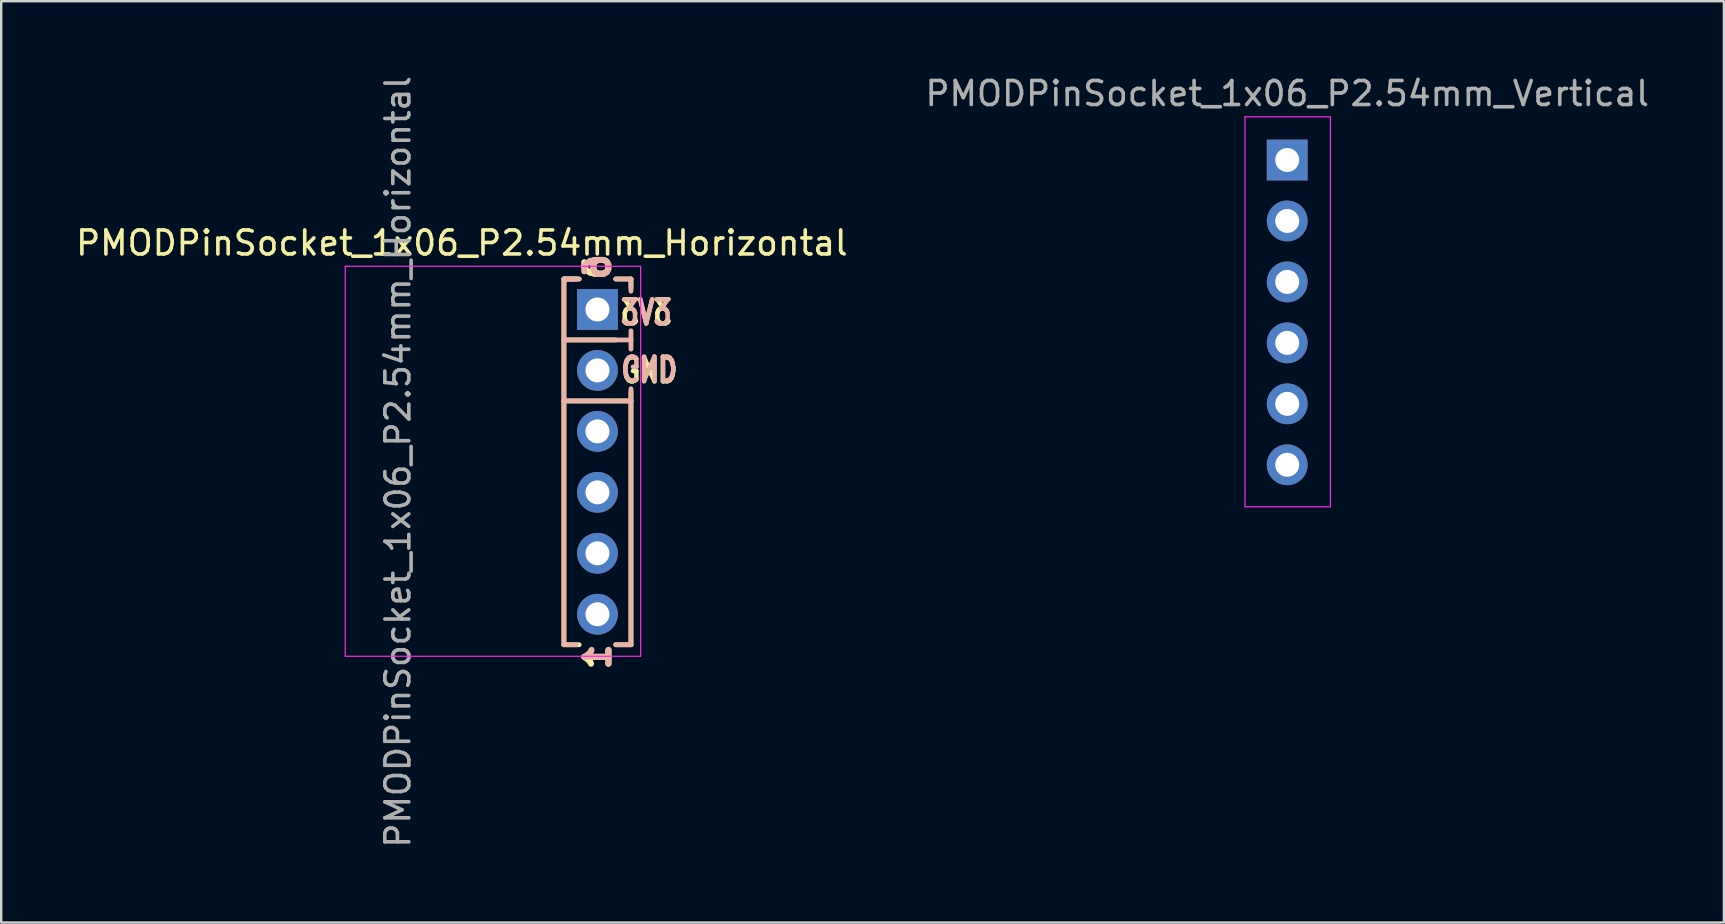
<source format=kicad_pcb>
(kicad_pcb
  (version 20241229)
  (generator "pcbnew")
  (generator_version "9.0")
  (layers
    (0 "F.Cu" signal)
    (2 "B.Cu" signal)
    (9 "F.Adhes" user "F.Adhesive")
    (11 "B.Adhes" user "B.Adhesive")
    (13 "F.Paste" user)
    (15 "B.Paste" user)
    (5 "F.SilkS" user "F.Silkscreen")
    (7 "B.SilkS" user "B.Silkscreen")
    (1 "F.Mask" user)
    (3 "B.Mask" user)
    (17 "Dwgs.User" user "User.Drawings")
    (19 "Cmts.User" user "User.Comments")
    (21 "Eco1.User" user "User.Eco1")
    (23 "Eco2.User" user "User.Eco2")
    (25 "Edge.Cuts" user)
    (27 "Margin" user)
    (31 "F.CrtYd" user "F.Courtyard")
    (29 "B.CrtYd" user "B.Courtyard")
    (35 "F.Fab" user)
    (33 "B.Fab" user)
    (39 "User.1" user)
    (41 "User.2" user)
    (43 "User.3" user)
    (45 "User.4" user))
  (footprint "PMODPinSocket_1x06_P2.54mm_Vertical"
    (layer "F.Cu")
    (at 50.589 3.618)
    (property "Reference" "PMODPinSocket_1x06_P2.54mm_Vertical" (at 0 -2.77 0) (layer "F.Fab") (effects (font (size 1 1) (thickness 0.15))))
    (attr through_hole)
    (fp_line (start -1.76 -1.8) (end -1.76 14.45) (stroke (width 0.05) (type solid)) (layer "F.CrtYd"))
    (fp_line (start -1.76 14.45) (end 1.8 14.45) (stroke (width 0.05) (type solid)) (layer "F.CrtYd"))
    (fp_line (start 1.8 -1.8) (end -1.76 -1.8) (stroke (width 0.05) (type solid)) (layer "F.CrtYd"))
    (fp_line (start 1.8 14.45) (end 1.8 -1.8) (stroke (width 0.05) (type solid)) (layer "F.CrtYd"))
    (pad "1" thru_hole rect (at 0 0) (size 1.7 1.7) (drill 1) (layers "*.Cu" "*.Mask"))
    (pad "2" thru_hole oval (at 0 2.54) (size 1.7 1.7) (drill 1) (layers "*.Cu" "*.Mask"))
    (pad "3" thru_hole oval (at 0 5.08) (size 1.7 1.7) (drill 1) (layers "*.Cu" "*.Mask"))
    (pad "4" thru_hole oval (at 0 7.62) (size 1.7 1.7) (drill 1) (layers "*.Cu" "*.Mask"))
    (pad "5" thru_hole oval (at 0 10.16) (size 1.7 1.7) (drill 1) (layers "*.Cu" "*.Mask"))
    (pad "6" thru_hole oval (at 0 12.7) (size 1.7 1.7) (drill 1) (layers "*.Cu" "*.Mask")))
  (footprint "PMODPinSocket_1x06_P2.54mm_Horizontal"
    (layer "F.Cu")
    (at 21.846 22.546)
    (property "Reference" "PMODPinSocket_1x06_P2.54mm_Horizontal" (at -5.65 -15.47 0) (layer "F.SilkS") (effects (font (size 1 1) (thickness 0.15))))
    (attr through_hole)
    (fp_line (start -1.397 -11.43) (end -1.397 -13.97) (stroke (width 0.2) (type solid)) (layer "F.SilkS"))
    (fp_line (start -1.397 1.27) (end -1.397 -11.43) (stroke (width 0.2) (type solid)) (layer "F.SilkS"))
    (fp_line (start -0.889 -13.97) (end -1.397 -13.97) (stroke (width 0.2) (type solid)) (layer "F.SilkS"))
    (fp_line (start -0.762 -13.97) (end -1.397 -13.97) (stroke (width 0.2) (type solid)) (layer "F.SilkS"))
    (fp_line (start -0.762 1.27) (end -1.397 1.27) (stroke (width 0.2) (type solid)) (layer "F.SilkS"))
    (fp_line (start 0.762 -11.43) (end -1.397 -11.43) (stroke (width 0.2) (type solid)) (layer "F.SilkS"))
    (fp_line (start 1.397 -13.97) (end 0.762 -13.97) (stroke (width 0.2) (type solid)) (layer "F.SilkS"))
    (fp_line (start 1.397 -13.589) (end 1.397 -13.97) (stroke (width 0.2) (type solid)) (layer "F.SilkS"))
    (fp_line (start 1.397 -8.89) (end -1.397 -8.89) (stroke (width 0.2) (type solid)) (layer "F.SilkS"))
    (fp_line (start 1.397 -8.89) (end 1.397 -9.271) (stroke (width 0.2) (type solid)) (layer "F.SilkS"))
    (fp_line (start 1.397 -8.89) (end 1.397 1.27) (stroke (width 0.2) (type solid)) (layer "F.SilkS"))
    (fp_line (start 1.397 1.27) (end 0.762 1.27) (stroke (width 0.2) (type solid)) (layer "F.SilkS"))
    (fp_line (start -1.397 -13.97) (end -0.889 -13.97) (stroke (width 0.2) (type solid)) (layer "B.SilkS"))
    (fp_line (start -1.397 -13.97) (end -0.762 -13.97) (stroke (width 0.2) (type solid)) (layer "B.SilkS"))
    (fp_line (start -1.397 -11.43) (end -1.397 -13.97) (stroke (width 0.2) (type solid)) (layer "B.SilkS"))
    (fp_line (start -1.397 -11.43) (end 1.397 -11.43) (stroke (width 0.2) (type solid)) (layer "B.SilkS"))
    (fp_line (start -1.397 -8.89) (end -1.397 -11.43) (stroke (width 0.2) (type solid)) (layer "B.SilkS"))
    (fp_line (start -1.397 -8.89) (end -1.397 1.27) (stroke (width 0.2) (type solid)) (layer "B.SilkS"))
    (fp_line (start -1.397 -8.89) (end 1.397 -8.89) (stroke (width 0.2) (type solid)) (layer "B.SilkS"))
    (fp_line (start -1.397 1.27) (end -0.889 1.27) (stroke (width 0.2) (type solid)) (layer "B.SilkS"))
    (fp_line (start 0.762 1.27) (end 1.397 1.27) (stroke (width 0.2) (type solid)) (layer "B.SilkS"))
    (fp_line (start 1.397 -13.97) (end 0.762 -13.97) (stroke (width 0.2) (type solid)) (layer "B.SilkS"))
    (fp_line (start 1.397 -13.462) (end 1.397 -13.97) (stroke (width 0.2) (type solid)) (layer "B.SilkS"))
    (fp_line (start 1.397 -11.049) (end 1.397 -11.811) (stroke (width 0.2) (type solid)) (layer "B.SilkS"))
    (fp_line (start 1.397 1.27) (end 1.397 -9.398) (stroke (width 0.2) (type solid)) (layer "B.SilkS"))
    (fp_line (start -10.51 -14.5) (end -10.51 1.75) (stroke (width 0.05) (type solid)) (layer "F.CrtYd"))
    (fp_line (start -10.51 1.75) (end 1.8 1.75) (stroke (width 0.05) (type solid)) (layer "F.CrtYd"))
    (fp_line (start 1.8 -14.5) (end -10.51 -14.5) (stroke (width 0.05) (type solid)) (layer "F.CrtYd"))
    (fp_line (start 1.8 1.75) (end 1.8 -14.5) (stroke (width 0.05) (type solid)) (layer "F.CrtYd"))
    (fp_line (start 0 -12.4) (end 0 -13) (stroke (width 0.1) (type solid)) (layer "F.Fab"))
    (fp_line (start 0 -9.86) (end 0 -10.46) (stroke (width 0.1) (type solid)) (layer "F.Fab"))
    (fp_line (start 0 -7.32) (end 0 -7.92) (stroke (width 0.1) (type solid)) (layer "F.Fab"))
    (fp_line (start 0 -4.78) (end 0 -5.38) (stroke (width 0.1) (type solid)) (layer "F.Fab"))
    (fp_line (start 0 -2.24) (end 0 -2.84) (stroke (width 0.1) (type solid)) (layer "F.Fab"))
    (fp_line (start 0 0.3) (end 0 -0.3) (stroke (width 0.1) (type solid)) (layer "F.Fab"))
    (fp_text user "GND" (at 2.159 -10.16 0) (unlocked yes) (layer "F.SilkS") (effects (font (size 1 0.75) (thickness 0.188))))
    (fp_text user "6" (at 0 -14.478 90) (unlocked yes) (layer "F.SilkS") (effects (font (size 1 1) (thickness 0.25))))
    (fp_text user "1" (at 0 1.778 90) (unlocked yes) (layer "F.SilkS") (effects (font (size 1 1) (thickness 0.25))))
    (fp_text user "3V3" (at 2.032 -12.58 0) (unlocked yes) (layer "F.SilkS") (effects (font (size 1 0.75) (thickness 0.188)) (justify mirror)))
    (fp_text user "GND" (at 2.159 -10.287 180) (unlocked yes) (layer "B.SilkS") (effects (font (size 1 0.75) (thickness 0.188)) (justify mirror)))
    (fp_text user "6" (at 0 -14.478 90) (unlocked yes) (layer "B.SilkS") (effects (font (size 1 1) (thickness 0.25)) (justify mirror)))
    (fp_text user "1" (at 0.02 1.77 90) (unlocked yes) (layer "B.SilkS") (effects (font (size 1 1) (thickness 0.25)) (justify mirror)))
    (fp_text user "3V3" (at 2.032 -12.573 0) (unlocked yes) (layer "B.SilkS") (effects (font (size 1 0.75) (thickness 0.188))))
    (fp_text user "${REFERENCE}" (at -8.315 -6.35 90) (layer "F.Fab") (effects (font (size 1 1) (thickness 0.15))))
    (pad "1" thru_hole oval (at 0 0) (size 1.7 1.7) (drill 1) (layers "*.Cu" "*.Mask"))
    (pad "2" thru_hole oval (at 0 -2.54) (size 1.7 1.7) (drill 1) (layers "*.Cu" "*.Mask"))
    (pad "3" thru_hole oval (at 0 -5.08) (size 1.7 1.7) (drill 1) (layers "*.Cu" "*.Mask"))
    (pad "4" thru_hole oval (at 0 -7.62) (size 1.7 1.7) (drill 1) (layers "*.Cu" "*.Mask"))
    (pad "5" thru_hole oval (at 0 -10.16) (size 1.7 1.7) (drill 1) (layers "*.Cu" "*.Mask"))
    (pad "6" thru_hole rect (at 0 -12.7) (size 1.7 1.7) (drill 1) (layers "*.Cu" "*.Mask")))
  (gr_rect
    (start -3 -3)
    (end 68.786 35.393)
    (stroke (width 0.1) (type default))
    (fill no)
    (layer "Edge.Cuts")))
</source>
